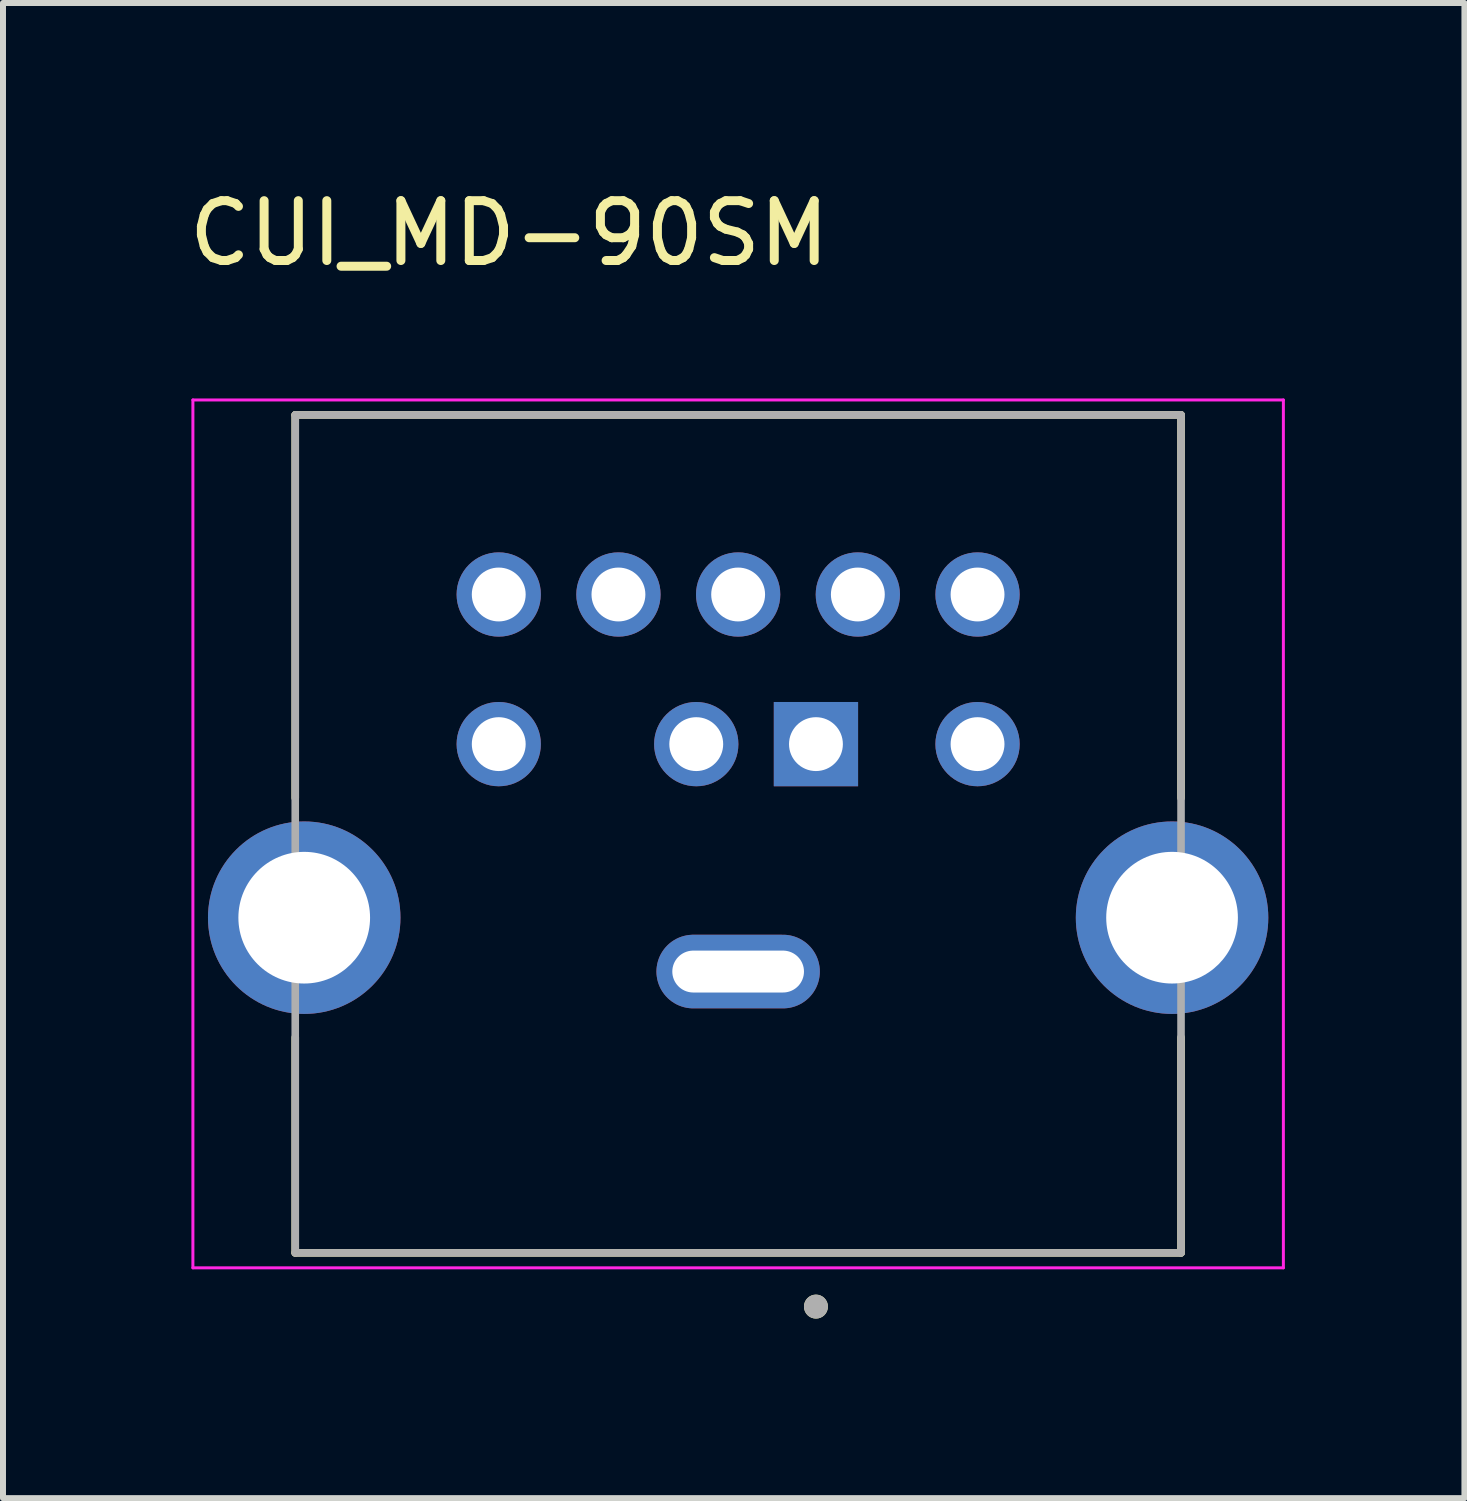
<source format=kicad_pcb>
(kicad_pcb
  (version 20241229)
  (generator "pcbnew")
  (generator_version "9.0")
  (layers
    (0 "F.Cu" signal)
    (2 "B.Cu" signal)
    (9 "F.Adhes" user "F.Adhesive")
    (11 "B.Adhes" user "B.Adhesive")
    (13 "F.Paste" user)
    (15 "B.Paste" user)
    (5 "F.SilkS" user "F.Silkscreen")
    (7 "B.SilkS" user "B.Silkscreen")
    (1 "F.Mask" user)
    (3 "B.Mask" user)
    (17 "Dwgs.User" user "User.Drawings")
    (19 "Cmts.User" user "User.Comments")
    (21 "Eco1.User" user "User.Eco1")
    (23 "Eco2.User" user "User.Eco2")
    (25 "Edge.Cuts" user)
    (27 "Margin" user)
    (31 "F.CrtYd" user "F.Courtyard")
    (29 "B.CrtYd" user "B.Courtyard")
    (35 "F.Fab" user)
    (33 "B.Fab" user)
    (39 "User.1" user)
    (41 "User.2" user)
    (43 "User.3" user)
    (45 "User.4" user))
  (footprint "CUI_MD-90SM"
    (layer "F.Cu")
    (at 9.283 13.183)
    (property "Reference" "CUI_MD-90SM" (at -3.825 -12.335 0) (layer "F.SilkS") (effects (font (size 1 1) (thickness 0.15))))
    (attr through_hole)
    (fp_line (start -7.4 -9.3) (end 7.4 -9.3) (stroke (width 0.127) (type solid)) (layer "F.SilkS"))
    (fp_line (start -7.4 -2.9) (end -7.4 -9.3) (stroke (width 0.127) (type solid)) (layer "F.SilkS"))
    (fp_line (start -7.4 4.7) (end -7.4 1.1) (stroke (width 0.127) (type solid)) (layer "F.SilkS"))
    (fp_line (start 7.4 -9.3) (end 7.4 -2.9) (stroke (width 0.127) (type solid)) (layer "F.SilkS"))
    (fp_line (start 7.4 4.7) (end -7.4 4.7) (stroke (width 0.127) (type solid)) (layer "F.SilkS"))
    (fp_line (start 7.4 4.7) (end 7.4 1.1) (stroke (width 0.127) (type solid)) (layer "F.SilkS"))
    (fp_circle (center 1.3 5.598) (end 1.4 5.598) (stroke (width 0.2) (type solid)) (fill no) (layer "F.SilkS"))
    (fp_line (start -9.11 -9.55) (end -9.11 4.95) (stroke (width 0.05) (type solid)) (layer "F.CrtYd"))
    (fp_line (start -9.11 4.95) (end 9.11 4.95) (stroke (width 0.05) (type solid)) (layer "F.CrtYd"))
    (fp_line (start 9.11 -9.55) (end -9.11 -9.55) (stroke (width 0.05) (type solid)) (layer "F.CrtYd"))
    (fp_line (start 9.11 4.95) (end 9.11 -9.55) (stroke (width 0.05) (type solid)) (layer "F.CrtYd"))
    (fp_line (start -7.4 -9.3) (end 7.4 -9.3) (stroke (width 0.127) (type solid)) (layer "F.Fab"))
    (fp_line (start -7.4 4.7) (end -7.4 -9.3) (stroke (width 0.127) (type solid)) (layer "F.Fab"))
    (fp_line (start 7.4 -9.3) (end 7.4 4.7) (stroke (width 0.127) (type solid)) (layer "F.Fab"))
    (fp_line (start 7.4 4.7) (end -7.4 4.7) (stroke (width 0.127) (type solid)) (layer "F.Fab"))
    (fp_circle (center 1.3 5.598) (end 1.4 5.598) (stroke (width 0.2) (type solid)) (fill no) (layer "F.Fab"))
    (pad "1" thru_hole rect (at 1.3 -3.8) (size 1.408 1.408) (drill 0.9) (layers "*.Cu" "*.Mask"))
    (pad "2" thru_hole circle (at -0.7 -3.8) (size 1.408 1.408) (drill 0.9) (layers "*.Cu" "*.Mask"))
    (pad "3" thru_hole circle (at 4 -3.8) (size 1.408 1.408) (drill 0.9) (layers "*.Cu" "*.Mask"))
    (pad "4" thru_hole circle (at 2 -6.3) (size 1.408 1.408) (drill 0.9) (layers "*.Cu" "*.Mask"))
    (pad "5" thru_hole circle (at 0 -6.3) (size 1.408 1.408) (drill 0.9) (layers "*.Cu" "*.Mask"))
    (pad "6" thru_hole circle (at -4 -3.8) (size 1.408 1.408) (drill 0.9) (layers "*.Cu" "*.Mask"))
    (pad "7" thru_hole circle (at 4 -6.3) (size 1.408 1.408) (drill 0.9) (layers "*.Cu" "*.Mask"))
    (pad "8" thru_hole circle (at -2 -6.3) (size 1.408 1.408) (drill 0.9) (layers "*.Cu" "*.Mask"))
    (pad "9" thru_hole circle (at -4 -6.3) (size 1.408 1.408) (drill 0.9) (layers "*.Cu" "*.Mask"))
    (pad "S1" thru_hole oval (at 0 0) (size 2.73 1.23) (drill oval 2.2 0.7) (layers "*.Cu" "*.Mask"))
    (pad "S2" thru_hole circle (at -7.25 -0.9) (size 3.216 3.216) (drill 2.2) (layers "*.Cu" "*.Mask"))
    (pad "S3" thru_hole circle (at 7.25 -0.9) (size 3.216 3.216) (drill 2.2) (layers "*.Cu" "*.Mask")))
  (gr_rect
    (start -3 -3)
    (end 21.418 21.981)
    (stroke (width 0.1) (type default))
    (fill no)
    (layer "Edge.Cuts")))
</source>
